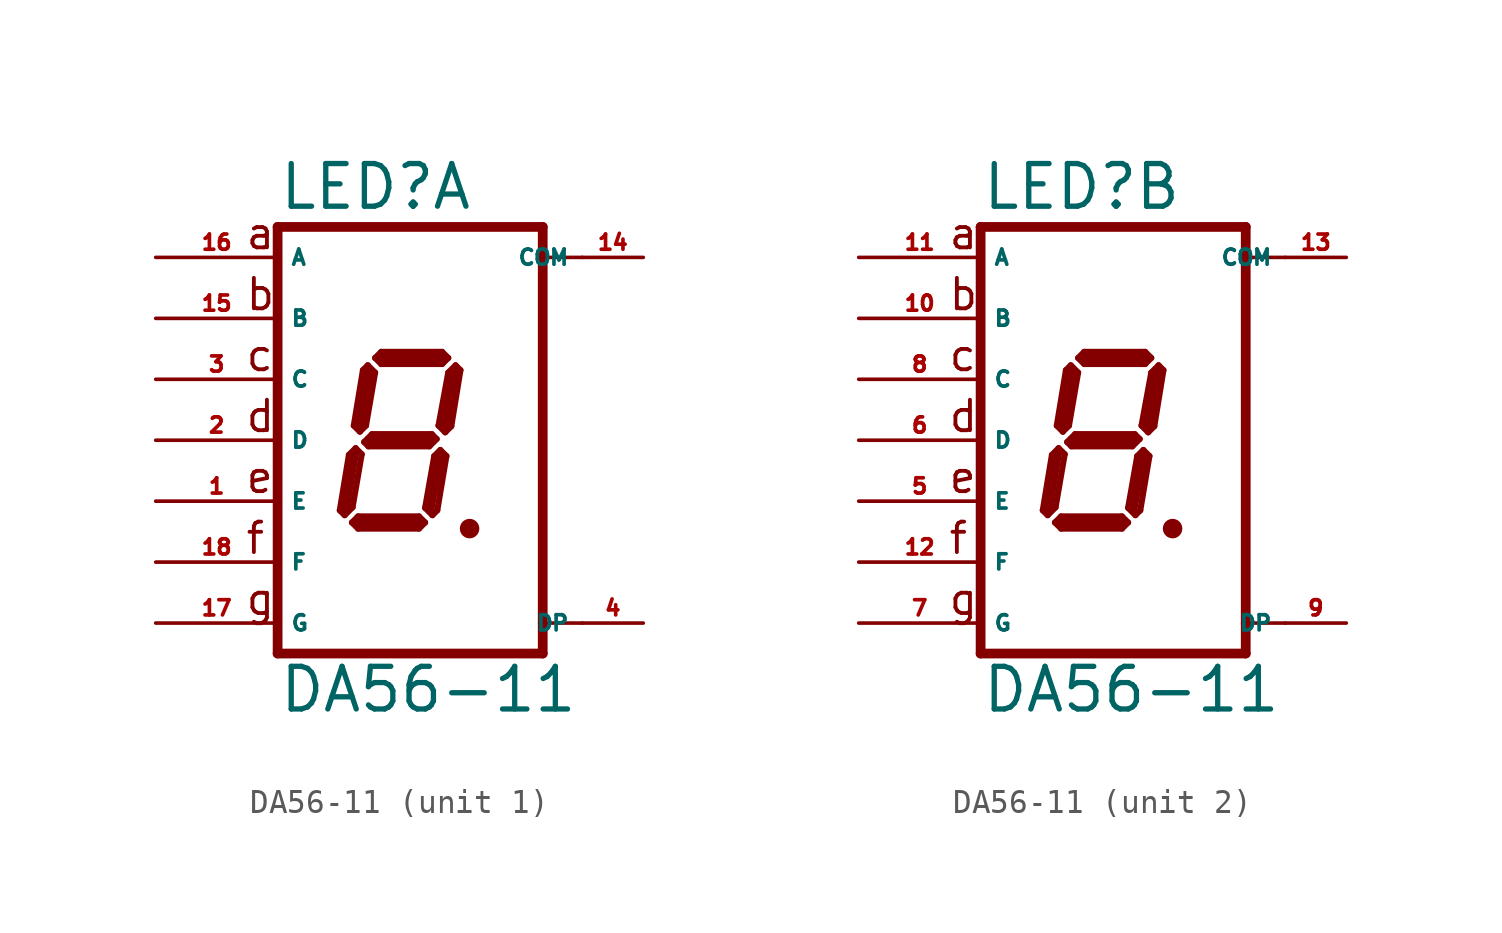
<source format=kicad_sym>
(kicad_symbol_lib
  (version 20220914)
  (generator Eagle2Kicad)
  (symbol "DA56-11"
    (property "Reference" "LED"
      (at -5.08 9.525 0)
      (effects (font (size 1.778 1.778) (thickness 0.22)) (justify left bottom)))
    (property "Value" "DA56-11"
      (at -5.08 -11.43 0)
      (effects (font (size 1.778 1.778) (thickness 0.22)) (justify left bottom)))
    (symbol "DA56-11_1_0"
      (polyline (pts (xy 2.794 -3.683) (xy 3.048 -3.683)) (stroke (width 0.305) (type default)) (fill (type none)))
      (polyline (pts (xy 2.337 3.124) (xy 2.032 2.819)) (stroke (width 0.254) (type default)) (fill (type none)))
      (polyline (pts (xy 2.032 2.819) (xy 1.626 0.61)) (stroke (width 0.254) (type default)) (fill (type none)))
      (polyline (pts (xy 1.626 0.61) (xy 1.905 0.33)) (stroke (width 0.254) (type default)) (fill (type none)))
      (polyline (pts (xy 1.905 0.33) (xy 2.159 0.584)) (stroke (width 0.254) (type default)) (fill (type none)))
      (polyline (pts (xy 2.159 0.584) (xy 2.54 2.921)) (stroke (width 0.254) (type default)) (fill (type none)))
      (polyline (pts (xy 2.54 2.921) (xy 2.337 3.124)) (stroke (width 0.254) (type default)) (fill (type none)))
      (polyline (pts (xy 2.032 3.429) (xy 1.778 3.175)) (stroke (width 0.254) (type default)) (fill (type none)))
      (polyline (pts (xy 1.778 3.175) (xy -0.762 3.175)) (stroke (width 0.254) (type default)) (fill (type none)))
      (polyline (pts (xy -0.762 3.175) (xy -1.016 3.429)) (stroke (width 0.254) (type default)) (fill (type none)))
      (polyline (pts (xy -1.016 3.429) (xy -0.762 3.683)) (stroke (width 0.254) (type default)) (fill (type none)))
      (polyline (pts (xy -0.762 3.683) (xy 1.778 3.683)) (stroke (width 0.254) (type default)) (fill (type none)))
      (polyline (pts (xy 1.778 3.683) (xy 2.032 3.429)) (stroke (width 0.254) (type default)) (fill (type none)))
      (polyline (pts (xy -1.321 3.124) (xy -1.016 2.819)) (stroke (width 0.254) (type default)) (fill (type none)))
      (polyline (pts (xy -1.016 2.819) (xy -1.397 0.61)) (stroke (width 0.254) (type default)) (fill (type none)))
      (polyline (pts (xy -1.397 0.61) (xy -1.651 0.356)) (stroke (width 0.254) (type default)) (fill (type none)))
      (polyline (pts (xy -1.651 0.356) (xy -1.905 0.61)) (stroke (width 0.254) (type default)) (fill (type none)))
      (polyline (pts (xy -1.905 0.61) (xy -1.524 2.921)) (stroke (width 0.254) (type default)) (fill (type none)))
      (polyline (pts (xy -1.524 2.921) (xy -1.321 3.124)) (stroke (width 0.254) (type default)) (fill (type none)))
      (polyline (pts (xy -1.473 -0.076) (xy -1.143 0.254)) (stroke (width 0.254) (type default)) (fill (type none)))
      (polyline (pts (xy -1.143 0.254) (xy 1.346 0.254)) (stroke (width 0.254) (type default)) (fill (type none)))
      (polyline (pts (xy 1.346 0.254) (xy 1.549 0.051)) (stroke (width 0.254) (type default)) (fill (type none)))
      (polyline (pts (xy 1.549 0.051) (xy 1.245 -0.254)) (stroke (width 0.254) (type default)) (fill (type none)))
      (polyline (pts (xy 1.245 -0.254) (xy -1.295 -0.254)) (stroke (width 0.254) (type default)) (fill (type none)))
      (polyline (pts (xy -1.295 -0.254) (xy -1.473 -0.076)) (stroke (width 0.254) (type default)) (fill (type none)))
      (polyline (pts (xy -1.829 -0.33) (xy -1.575 -0.584)) (stroke (width 0.254) (type default)) (fill (type none)))
      (polyline (pts (xy -2.286 -3.124) (xy -1.956 -2.794)) (stroke (width 0.254) (type default)) (fill (type none)))
      (polyline (pts (xy -1.956 -2.794) (xy -1.575 -0.584)) (stroke (width 0.254) (type default)) (fill (type none)))
      (polyline (pts (xy -1.829 -0.33) (xy -2.108 -0.61)) (stroke (width 0.254) (type default)) (fill (type none)))
      (polyline (pts (xy -2.108 -0.61) (xy -2.489 -2.921)) (stroke (width 0.254) (type default)) (fill (type none)))
      (polyline (pts (xy -2.489 -2.921) (xy -2.286 -3.124)) (stroke (width 0.254) (type default)) (fill (type none)))
      (polyline (pts (xy -1.981 -3.429) (xy -1.727 -3.175)) (stroke (width 0.254) (type default)) (fill (type none)))
      (polyline (pts (xy -1.727 -3.175) (xy 0.813 -3.175)) (stroke (width 0.254) (type default)) (fill (type none)))
      (polyline (pts (xy 0.813 -3.175) (xy 1.067 -3.429)) (stroke (width 0.254) (type default)) (fill (type none)))
      (polyline (pts (xy 1.067 -3.429) (xy 0.813 -3.683)) (stroke (width 0.254) (type default)) (fill (type none)))
      (polyline (pts (xy 0.813 -3.683) (xy -1.727 -3.683)) (stroke (width 0.254) (type default)) (fill (type none)))
      (polyline (pts (xy -1.727 -3.683) (xy -1.981 -3.429)) (stroke (width 0.254) (type default)) (fill (type none)))
      (polyline (pts (xy 1.702 -0.406) (xy 1.448 -0.66)) (stroke (width 0.254) (type default)) (fill (type none)))
      (polyline (pts (xy 1.448 -0.66) (xy 1.067 -2.819)) (stroke (width 0.254) (type default)) (fill (type none)))
      (polyline (pts (xy 1.067 -2.819) (xy 1.372 -3.124)) (stroke (width 0.254) (type default)) (fill (type none)))
      (polyline (pts (xy 1.372 -3.124) (xy 1.575 -2.921)) (stroke (width 0.254) (type default)) (fill (type none)))
      (polyline (pts (xy 1.575 -2.921) (xy 1.956 -0.66)) (stroke (width 0.254) (type default)) (fill (type none)))
      (polyline (pts (xy 1.956 -0.66) (xy 1.702 -0.406)) (stroke (width 0.254) (type default)) (fill (type none)))
      (polyline (pts (xy 2.286 2.794) (xy 1.905 0.635)) (stroke (width 0.406) (type default)) (fill (type none)))
      (polyline (pts (xy 1.778 3.429) (xy -0.762 3.429)) (stroke (width 0.406) (type default)) (fill (type none)))
      (polyline (pts (xy -1.27 2.794) (xy -1.651 0.635)) (stroke (width 0.406) (type default)) (fill (type none)))
      (polyline (pts (xy -1.27 0) (xy 1.27 0)) (stroke (width 0.406) (type default)) (fill (type none)))
      (polyline (pts (xy 1.651 -0.762) (xy 1.27 -2.794)) (stroke (width 0.406) (type default)) (fill (type none)))
      (polyline (pts (xy 0.762 -3.429) (xy -1.651 -3.429)) (stroke (width 0.406) (type default)) (fill (type none)))
      (polyline (pts (xy -2.286 -2.921) (xy -1.905 -0.635)) (stroke (width 0.406) (type default)) (fill (type none)))
      (polyline (pts (xy 5.969 8.89) (xy 5.969 7.62)) (stroke (width 0.406) (type default)) (fill (type none)))
      (polyline (pts (xy 5.969 7.62) (xy 5.969 -7.62)) (stroke (width 0.406) (type default)) (fill (type none)))
      (polyline (pts (xy 5.969 -7.62) (xy 5.969 -8.89)) (stroke (width 0.406) (type default)) (fill (type none)))
      (polyline (pts (xy -5.08 -8.89) (xy 5.969 -8.89)) (stroke (width 0.406) (type default)) (fill (type none)))
      (polyline (pts (xy -5.08 -8.89) (xy -5.08 8.89)) (stroke (width 0.406) (type default)) (fill (type none)))
      (polyline (pts (xy 5.969 8.89) (xy -5.08 8.89)) (stroke (width 0.406) (type default)) (fill (type none)))
      (polyline (pts (xy 7.62 7.62) (xy 5.969 7.62)) (stroke (width 0.152) (type default)) (fill (type none)))
      (polyline (pts (xy 7.62 -7.62) (xy 5.969 -7.62)) (stroke (width 0.152) (type default)) (fill (type none)))
      (text "a" (at -6.477 7.874 0) (effects (font (size 1.27 1.27) (thickness 0.16)) (justify left bottom)))
      (text "b" (at -6.477 5.334 0) (effects (font (size 1.27 1.27) (thickness 0.16)) (justify left bottom)))
      (text "c" (at -6.477 2.794 0) (effects (font (size 1.27 1.27) (thickness 0.16)) (justify left bottom)))
      (text "d" (at -6.477 0.254 0) (effects (font (size 1.27 1.27) (thickness 0.16)) (justify left bottom)))
      (text "e" (at -6.477 -2.286 0) (effects (font (size 1.27 1.27) (thickness 0.16)) (justify left bottom)))
      (text "f" (at -6.477 -4.826 0) (effects (font (size 1.27 1.27) (thickness 0.16)) (justify left bottom)))
      (text "g" (at -6.477 -7.366 0) (effects (font (size 1.27 1.27) (thickness 0.16)) (justify left bottom)))
      (circle (center 2.921 -3.683) (radius 0.254) (stroke (width 0.305) (type default)) (fill (type none)))
      (pin passive line (at 10.16 -7.62 180) (length 2.54) (name "DP" (effects (font (size 0.635 0.635) (thickness 0.08)) (justify left bottom))) (number "4" (effects (font (size 0.635 0.635) (thickness 0.08)) (justify left bottom))))
      (pin passive line (at -10.16 -5.08 0) (length 5.08) (name "F" (effects (font (size 0.635 0.635) (thickness 0.08)) (justify left bottom))) (number "18" (effects (font (size 0.635 0.635) (thickness 0.08)) (justify left bottom))))
      (pin passive line (at -10.16 0 0) (length 5.08) (name "D" (effects (font (size 0.635 0.635) (thickness 0.08)) (justify left bottom))) (number "2" (effects (font (size 0.635 0.635) (thickness 0.08)) (justify left bottom))))
      (pin passive line (at -10.16 5.08 0) (length 5.08) (name "B" (effects (font (size 0.635 0.635) (thickness 0.08)) (justify left bottom))) (number "15" (effects (font (size 0.635 0.635) (thickness 0.08)) (justify left bottom))))
      (pin passive line (at -10.16 7.62 0) (length 5.08) (name "A" (effects (font (size 0.635 0.635) (thickness 0.08)) (justify left bottom))) (number "16" (effects (font (size 0.635 0.635) (thickness 0.08)) (justify left bottom))))
      (pin passive line (at 10.16 7.62 180) (length 2.54) (name "COM" (effects (font (size 0.635 0.635) (thickness 0.08)) (justify left bottom))) (number "14" (effects (font (size 0.635 0.635) (thickness 0.08)) (justify left bottom))))
      (pin passive line (at -10.16 2.54 0) (length 5.08) (name "C" (effects (font (size 0.635 0.635) (thickness 0.08)) (justify left bottom))) (number "3" (effects (font (size 0.635 0.635) (thickness 0.08)) (justify left bottom))))
      (pin passive line (at -10.16 -2.54 0) (length 5.08) (name "E" (effects (font (size 0.635 0.635) (thickness 0.08)) (justify left bottom))) (number "1" (effects (font (size 0.635 0.635) (thickness 0.08)) (justify left bottom))))
      (pin passive line (at -10.16 -7.62 0) (length 5.08) (name "G" (effects (font (size 0.635 0.635) (thickness 0.08)) (justify left bottom))) (number "17" (effects (font (size 0.635 0.635) (thickness 0.08)) (justify left bottom)))))
    (symbol "DA56-11_2_0"
      (polyline (pts (xy 2.794 -3.683) (xy 3.048 -3.683)) (stroke (width 0.305) (type default)) (fill (type none)))
      (polyline (pts (xy 2.337 3.124) (xy 2.032 2.819)) (stroke (width 0.254) (type default)) (fill (type none)))
      (polyline (pts (xy 2.032 2.819) (xy 1.626 0.61)) (stroke (width 0.254) (type default)) (fill (type none)))
      (polyline (pts (xy 1.626 0.61) (xy 1.905 0.33)) (stroke (width 0.254) (type default)) (fill (type none)))
      (polyline (pts (xy 1.905 0.33) (xy 2.159 0.584)) (stroke (width 0.254) (type default)) (fill (type none)))
      (polyline (pts (xy 2.159 0.584) (xy 2.54 2.921)) (stroke (width 0.254) (type default)) (fill (type none)))
      (polyline (pts (xy 2.54 2.921) (xy 2.337 3.124)) (stroke (width 0.254) (type default)) (fill (type none)))
      (polyline (pts (xy 2.032 3.429) (xy 1.778 3.175)) (stroke (width 0.254) (type default)) (fill (type none)))
      (polyline (pts (xy 1.778 3.175) (xy -0.762 3.175)) (stroke (width 0.254) (type default)) (fill (type none)))
      (polyline (pts (xy -0.762 3.175) (xy -1.016 3.429)) (stroke (width 0.254) (type default)) (fill (type none)))
      (polyline (pts (xy -1.016 3.429) (xy -0.762 3.683)) (stroke (width 0.254) (type default)) (fill (type none)))
      (polyline (pts (xy -0.762 3.683) (xy 1.778 3.683)) (stroke (width 0.254) (type default)) (fill (type none)))
      (polyline (pts (xy 1.778 3.683) (xy 2.032 3.429)) (stroke (width 0.254) (type default)) (fill (type none)))
      (polyline (pts (xy -1.321 3.124) (xy -1.016 2.819)) (stroke (width 0.254) (type default)) (fill (type none)))
      (polyline (pts (xy -1.016 2.819) (xy -1.397 0.61)) (stroke (width 0.254) (type default)) (fill (type none)))
      (polyline (pts (xy -1.397 0.61) (xy -1.651 0.356)) (stroke (width 0.254) (type default)) (fill (type none)))
      (polyline (pts (xy -1.651 0.356) (xy -1.905 0.61)) (stroke (width 0.254) (type default)) (fill (type none)))
      (polyline (pts (xy -1.905 0.61) (xy -1.524 2.921)) (stroke (width 0.254) (type default)) (fill (type none)))
      (polyline (pts (xy -1.524 2.921) (xy -1.321 3.124)) (stroke (width 0.254) (type default)) (fill (type none)))
      (polyline (pts (xy -1.473 -0.076) (xy -1.143 0.254)) (stroke (width 0.254) (type default)) (fill (type none)))
      (polyline (pts (xy -1.143 0.254) (xy 1.346 0.254)) (stroke (width 0.254) (type default)) (fill (type none)))
      (polyline (pts (xy 1.346 0.254) (xy 1.549 0.051)) (stroke (width 0.254) (type default)) (fill (type none)))
      (polyline (pts (xy 1.549 0.051) (xy 1.245 -0.254)) (stroke (width 0.254) (type default)) (fill (type none)))
      (polyline (pts (xy 1.245 -0.254) (xy -1.295 -0.254)) (stroke (width 0.254) (type default)) (fill (type none)))
      (polyline (pts (xy -1.295 -0.254) (xy -1.473 -0.076)) (stroke (width 0.254) (type default)) (fill (type none)))
      (polyline (pts (xy -1.829 -0.33) (xy -1.575 -0.584)) (stroke (width 0.254) (type default)) (fill (type none)))
      (polyline (pts (xy -2.286 -3.124) (xy -1.956 -2.794)) (stroke (width 0.254) (type default)) (fill (type none)))
      (polyline (pts (xy -1.956 -2.794) (xy -1.575 -0.584)) (stroke (width 0.254) (type default)) (fill (type none)))
      (polyline (pts (xy -1.829 -0.33) (xy -2.108 -0.61)) (stroke (width 0.254) (type default)) (fill (type none)))
      (polyline (pts (xy -2.108 -0.61) (xy -2.489 -2.921)) (stroke (width 0.254) (type default)) (fill (type none)))
      (polyline (pts (xy -2.489 -2.921) (xy -2.286 -3.124)) (stroke (width 0.254) (type default)) (fill (type none)))
      (polyline (pts (xy -1.981 -3.429) (xy -1.727 -3.175)) (stroke (width 0.254) (type default)) (fill (type none)))
      (polyline (pts (xy -1.727 -3.175) (xy 0.813 -3.175)) (stroke (width 0.254) (type default)) (fill (type none)))
      (polyline (pts (xy 0.813 -3.175) (xy 1.067 -3.429)) (stroke (width 0.254) (type default)) (fill (type none)))
      (polyline (pts (xy 1.067 -3.429) (xy 0.813 -3.683)) (stroke (width 0.254) (type default)) (fill (type none)))
      (polyline (pts (xy 0.813 -3.683) (xy -1.727 -3.683)) (stroke (width 0.254) (type default)) (fill (type none)))
      (polyline (pts (xy -1.727 -3.683) (xy -1.981 -3.429)) (stroke (width 0.254) (type default)) (fill (type none)))
      (polyline (pts (xy 1.702 -0.406) (xy 1.448 -0.66)) (stroke (width 0.254) (type default)) (fill (type none)))
      (polyline (pts (xy 1.448 -0.66) (xy 1.067 -2.819)) (stroke (width 0.254) (type default)) (fill (type none)))
      (polyline (pts (xy 1.067 -2.819) (xy 1.372 -3.124)) (stroke (width 0.254) (type default)) (fill (type none)))
      (polyline (pts (xy 1.372 -3.124) (xy 1.575 -2.921)) (stroke (width 0.254) (type default)) (fill (type none)))
      (polyline (pts (xy 1.575 -2.921) (xy 1.956 -0.66)) (stroke (width 0.254) (type default)) (fill (type none)))
      (polyline (pts (xy 1.956 -0.66) (xy 1.702 -0.406)) (stroke (width 0.254) (type default)) (fill (type none)))
      (polyline (pts (xy 2.286 2.794) (xy 1.905 0.635)) (stroke (width 0.406) (type default)) (fill (type none)))
      (polyline (pts (xy 1.778 3.429) (xy -0.762 3.429)) (stroke (width 0.406) (type default)) (fill (type none)))
      (polyline (pts (xy -1.27 2.794) (xy -1.651 0.635)) (stroke (width 0.406) (type default)) (fill (type none)))
      (polyline (pts (xy -1.27 0) (xy 1.27 0)) (stroke (width 0.406) (type default)) (fill (type none)))
      (polyline (pts (xy 1.651 -0.762) (xy 1.27 -2.794)) (stroke (width 0.406) (type default)) (fill (type none)))
      (polyline (pts (xy 0.762 -3.429) (xy -1.651 -3.429)) (stroke (width 0.406) (type default)) (fill (type none)))
      (polyline (pts (xy -2.286 -2.921) (xy -1.905 -0.635)) (stroke (width 0.406) (type default)) (fill (type none)))
      (polyline (pts (xy 5.969 8.89) (xy 5.969 7.62)) (stroke (width 0.406) (type default)) (fill (type none)))
      (polyline (pts (xy 5.969 7.62) (xy 5.969 -7.62)) (stroke (width 0.406) (type default)) (fill (type none)))
      (polyline (pts (xy 5.969 -7.62) (xy 5.969 -8.89)) (stroke (width 0.406) (type default)) (fill (type none)))
      (polyline (pts (xy -5.08 -8.89) (xy 5.969 -8.89)) (stroke (width 0.406) (type default)) (fill (type none)))
      (polyline (pts (xy -5.08 -8.89) (xy -5.08 8.89)) (stroke (width 0.406) (type default)) (fill (type none)))
      (polyline (pts (xy 5.969 8.89) (xy -5.08 8.89)) (stroke (width 0.406) (type default)) (fill (type none)))
      (polyline (pts (xy 7.62 7.62) (xy 5.969 7.62)) (stroke (width 0.152) (type default)) (fill (type none)))
      (polyline (pts (xy 7.62 -7.62) (xy 5.969 -7.62)) (stroke (width 0.152) (type default)) (fill (type none)))
      (text "a" (at -6.477 7.874 0) (effects (font (size 1.27 1.27) (thickness 0.16)) (justify left bottom)))
      (text "b" (at -6.477 5.334 0) (effects (font (size 1.27 1.27) (thickness 0.16)) (justify left bottom)))
      (text "c" (at -6.477 2.794 0) (effects (font (size 1.27 1.27) (thickness 0.16)) (justify left bottom)))
      (text "d" (at -6.477 0.254 0) (effects (font (size 1.27 1.27) (thickness 0.16)) (justify left bottom)))
      (text "e" (at -6.477 -2.286 0) (effects (font (size 1.27 1.27) (thickness 0.16)) (justify left bottom)))
      (text "f" (at -6.477 -4.826 0) (effects (font (size 1.27 1.27) (thickness 0.16)) (justify left bottom)))
      (text "g" (at -6.477 -7.366 0) (effects (font (size 1.27 1.27) (thickness 0.16)) (justify left bottom)))
      (circle (center 2.921 -3.683) (radius 0.254) (stroke (width 0.305) (type default)) (fill (type none)))
      (pin passive line (at 10.16 -7.62 180) (length 2.54) (name "DP" (effects (font (size 0.635 0.635) (thickness 0.08)) (justify left bottom))) (number "9" (effects (font (size 0.635 0.635) (thickness 0.08)) (justify left bottom))))
      (pin passive line (at -10.16 -5.08 0) (length 5.08) (name "F" (effects (font (size 0.635 0.635) (thickness 0.08)) (justify left bottom))) (number "12" (effects (font (size 0.635 0.635) (thickness 0.08)) (justify left bottom))))
      (pin passive line (at -10.16 0 0) (length 5.08) (name "D" (effects (font (size 0.635 0.635) (thickness 0.08)) (justify left bottom))) (number "6" (effects (font (size 0.635 0.635) (thickness 0.08)) (justify left bottom))))
      (pin passive line (at -10.16 5.08 0) (length 5.08) (name "B" (effects (font (size 0.635 0.635) (thickness 0.08)) (justify left bottom))) (number "10" (effects (font (size 0.635 0.635) (thickness 0.08)) (justify left bottom))))
      (pin passive line (at -10.16 7.62 0) (length 5.08) (name "A" (effects (font (size 0.635 0.635) (thickness 0.08)) (justify left bottom))) (number "11" (effects (font (size 0.635 0.635) (thickness 0.08)) (justify left bottom))))
      (pin passive line (at 10.16 7.62 180) (length 2.54) (name "COM" (effects (font (size 0.635 0.635) (thickness 0.08)) (justify left bottom))) (number "13" (effects (font (size 0.635 0.635) (thickness 0.08)) (justify left bottom))))
      (pin passive line (at -10.16 2.54 0) (length 5.08) (name "C" (effects (font (size 0.635 0.635) (thickness 0.08)) (justify left bottom))) (number "8" (effects (font (size 0.635 0.635) (thickness 0.08)) (justify left bottom))))
      (pin passive line (at -10.16 -2.54 0) (length 5.08) (name "E" (effects (font (size 0.635 0.635) (thickness 0.08)) (justify left bottom))) (number "5" (effects (font (size 0.635 0.635) (thickness 0.08)) (justify left bottom))))
      (pin passive line (at -10.16 -7.62 0) (length 5.08) (name "G" (effects (font (size 0.635 0.635) (thickness 0.08)) (justify left bottom))) (number "7" (effects (font (size 0.635 0.635) (thickness 0.08)) (justify left bottom)))))))
</source>
